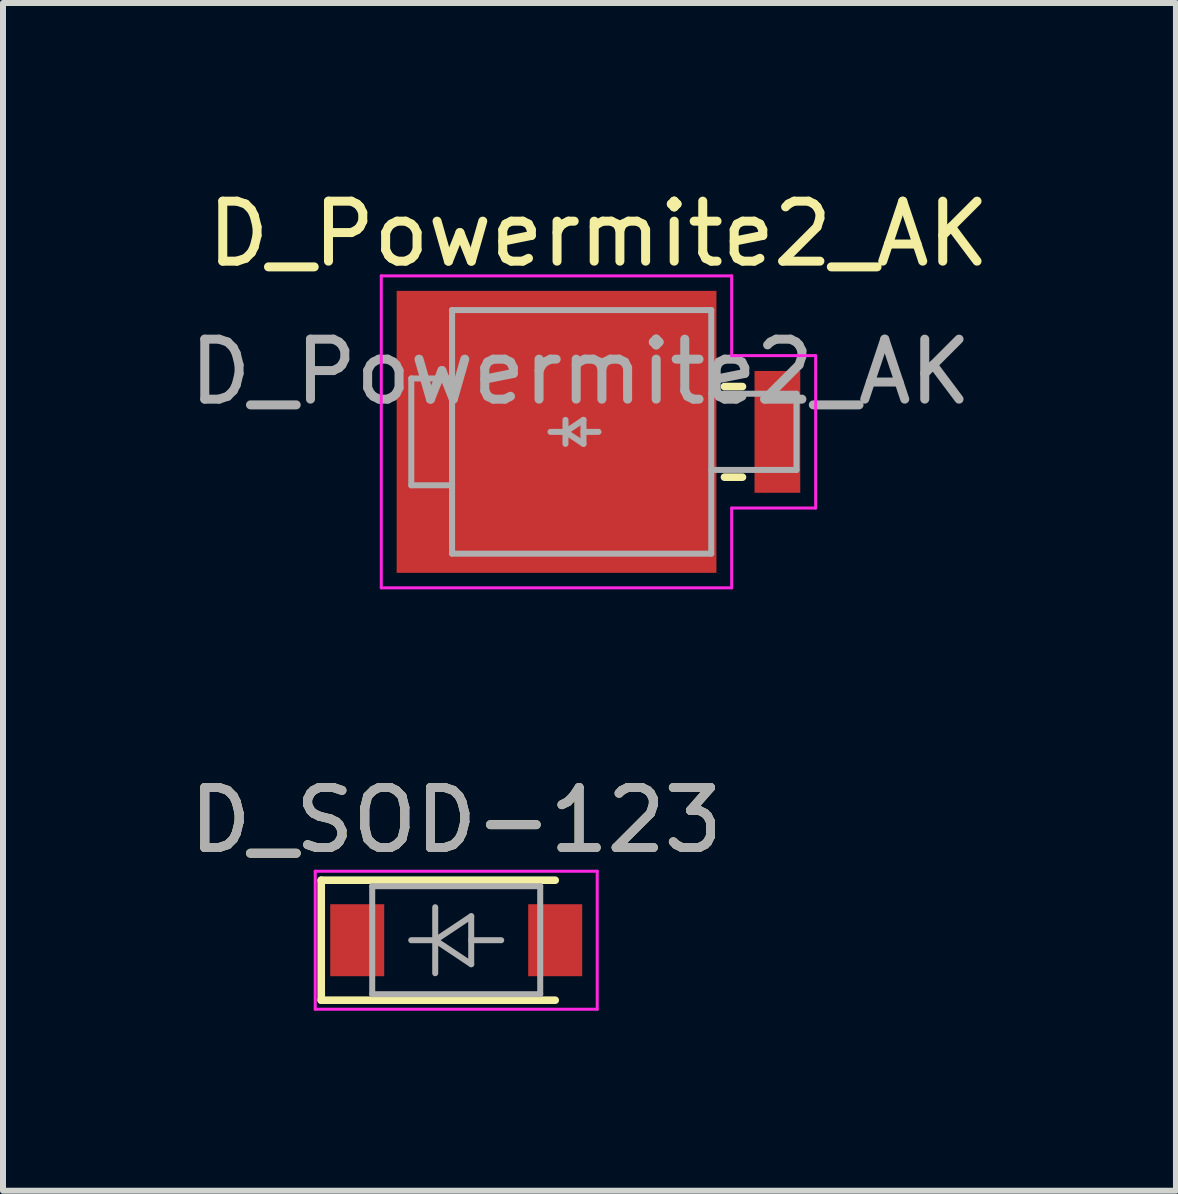
<source format=kicad_pcb>
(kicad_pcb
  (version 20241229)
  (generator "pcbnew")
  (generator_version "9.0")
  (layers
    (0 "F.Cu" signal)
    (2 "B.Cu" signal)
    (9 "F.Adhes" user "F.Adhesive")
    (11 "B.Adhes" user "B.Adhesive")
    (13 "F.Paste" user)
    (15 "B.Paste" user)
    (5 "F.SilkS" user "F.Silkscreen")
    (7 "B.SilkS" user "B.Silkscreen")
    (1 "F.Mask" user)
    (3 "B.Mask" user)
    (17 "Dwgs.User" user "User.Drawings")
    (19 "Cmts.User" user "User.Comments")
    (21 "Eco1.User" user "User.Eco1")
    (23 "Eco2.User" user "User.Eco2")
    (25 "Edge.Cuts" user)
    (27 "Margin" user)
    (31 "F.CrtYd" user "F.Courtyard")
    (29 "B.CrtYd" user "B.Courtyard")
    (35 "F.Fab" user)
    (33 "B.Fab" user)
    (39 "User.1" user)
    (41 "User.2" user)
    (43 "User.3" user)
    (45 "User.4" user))
  (footprint "D_SOD-123"
    (layer "F.Cu")
    (at 4.554 12.621)
    (property "Reference" "D_SOD-123" (at 0 -2 0) (layer "F.SilkS") (effects (font (size 1 1) (thickness 0.15))))
    (attr smd)
    (fp_line (start -2.25 -1) (end -2.25 1) (stroke (width 0.127) (type solid)) (layer "F.SilkS"))
    (fp_line (start -2.25 -1) (end 1.65 -1) (stroke (width 0.127) (type solid)) (layer "F.SilkS"))
    (fp_line (start -2.25 1) (end 1.65 1) (stroke (width 0.127) (type solid)) (layer "F.SilkS"))
    (fp_line (start -2.35 -1.15) (end -2.35 1.15) (stroke (width 0.05) (type solid)) (layer "F.CrtYd"))
    (fp_line (start -2.35 -1.15) (end 2.35 -1.15) (stroke (width 0.05) (type solid)) (layer "F.CrtYd"))
    (fp_line (start 2.35 -1.15) (end 2.35 1.15) (stroke (width 0.05) (type solid)) (layer "F.CrtYd"))
    (fp_line (start 2.35 1.15) (end -2.35 1.15) (stroke (width 0.05) (type solid)) (layer "F.CrtYd"))
    (fp_line (start -1.4 -0.9) (end 1.4 -0.9) (stroke (width 0.1) (type solid)) (layer "F.Fab"))
    (fp_line (start -1.4 0.9) (end -1.4 -0.9) (stroke (width 0.1) (type solid)) (layer "F.Fab"))
    (fp_line (start -0.75 0) (end -0.35 0) (stroke (width 0.1) (type solid)) (layer "F.Fab"))
    (fp_line (start -0.35 0) (end -0.35 -0.55) (stroke (width 0.1) (type solid)) (layer "F.Fab"))
    (fp_line (start -0.35 0) (end -0.35 0.55) (stroke (width 0.1) (type solid)) (layer "F.Fab"))
    (fp_line (start -0.35 0) (end 0.25 -0.4) (stroke (width 0.1) (type solid)) (layer "F.Fab"))
    (fp_line (start 0.25 -0.4) (end 0.25 0.4) (stroke (width 0.1) (type solid)) (layer "F.Fab"))
    (fp_line (start 0.25 0) (end 0.75 0) (stroke (width 0.1) (type solid)) (layer "F.Fab"))
    (fp_line (start 0.25 0.4) (end -0.35 0) (stroke (width 0.1) (type solid)) (layer "F.Fab"))
    (fp_line (start 1.4 -0.9) (end 1.4 0.9) (stroke (width 0.1) (type solid)) (layer "F.Fab"))
    (fp_line (start 1.4 0.9) (end -1.4 0.9) (stroke (width 0.1) (type solid)) (layer "F.Fab"))
    (fp_text user "${REFERENCE}" (at 0 -2 0) (layer "F.Fab") (effects (font (size 1 1) (thickness 0.15))))
    (pad "1" smd rect (at -1.65 0) (size 0.9 1.2) (layers "F.Cu" "F.Mask" "F.Paste"))
    (pad "2" smd rect (at 1.65 0) (size 0.9 1.2) (layers "F.Cu" "F.Mask" "F.Paste")))
  (footprint "D_Powermite2_AK"
    (layer "F.Cu")
    (at 6.925 4.148)
    (property "Reference" "D_Powermite2_AK" (at 0 -3.3 0) (layer "F.SilkS") (effects (font (size 1 1) (thickness 0.15))))
    (attr smd)
    (fp_line (start 2.4 -0.755) (end 2.1 -0.755) (stroke (width 0.127) (type solid)) (layer "F.SilkS"))
    (fp_line (start 2.4 0.755) (end 2.1 0.755) (stroke (width 0.127) (type solid)) (layer "F.SilkS"))
    (fp_line (start -3.62 -2.6) (end -3.62 2.6) (stroke (width 0.05) (type solid)) (layer "F.CrtYd"))
    (fp_line (start -3.62 2.6) (end 2.22 2.6) (stroke (width 0.05) (type solid)) (layer "F.CrtYd"))
    (fp_line (start 2.22 -2.6) (end -3.62 -2.6) (stroke (width 0.05) (type solid)) (layer "F.CrtYd"))
    (fp_line (start 2.22 -1.27) (end 2.22 -2.6) (stroke (width 0.05) (type solid)) (layer "F.CrtYd"))
    (fp_line (start 2.22 1.27) (end 3.62 1.27) (stroke (width 0.05) (type solid)) (layer "F.CrtYd"))
    (fp_line (start 2.22 2.6) (end 2.22 1.27) (stroke (width 0.05) (type solid)) (layer "F.CrtYd"))
    (fp_line (start 3.62 -1.27) (end 2.22 -1.27) (stroke (width 0.05) (type solid)) (layer "F.CrtYd"))
    (fp_line (start 3.62 1.27) (end 3.62 -1.27) (stroke (width 0.05) (type solid)) (layer "F.CrtYd"))
    (fp_line (start -3.12 -0.89) (end -2.44 -0.89) (stroke (width 0.1) (type solid)) (layer "F.Fab"))
    (fp_line (start -3.12 0.89) (end -3.12 -0.89) (stroke (width 0.1) (type solid)) (layer "F.Fab"))
    (fp_line (start -2.44 -2.03) (end -2.44 2.03) (stroke (width 0.1) (type solid)) (layer "F.Fab"))
    (fp_line (start -2.44 0.89) (end -3.12 0.89) (stroke (width 0.1) (type solid)) (layer "F.Fab"))
    (fp_line (start -2.44 2.03) (end 1.88 2.03) (stroke (width 0.1) (type solid)) (layer "F.Fab"))
    (fp_line (start -0.55 0) (end -0.8 0) (stroke (width 0.1) (type solid)) (layer "F.Fab"))
    (fp_line (start -0.55 0) (end -0.25 0.2) (stroke (width 0.1) (type solid)) (layer "F.Fab"))
    (fp_line (start -0.55 0.2) (end -0.55 -0.2) (stroke (width 0.1) (type solid)) (layer "F.Fab"))
    (fp_line (start -0.25 -0.2) (end -0.55 0) (stroke (width 0.1) (type solid)) (layer "F.Fab"))
    (fp_line (start -0.25 0) (end 0 0) (stroke (width 0.1) (type solid)) (layer "F.Fab"))
    (fp_line (start -0.25 0.2) (end -0.25 -0.2) (stroke (width 0.1) (type solid)) (layer "F.Fab"))
    (fp_line (start 1.88 -2.03) (end -2.44 -2.03) (stroke (width 0.1) (type solid)) (layer "F.Fab"))
    (fp_line (start 1.88 2.03) (end 1.88 -2.03) (stroke (width 0.1) (type solid)) (layer "F.Fab"))
    (fp_line (start 3.3 -0.635) (end 1.88 -0.635) (stroke (width 0.1) (type solid)) (layer "F.Fab"))
    (fp_line (start 3.3 0.635) (end 1.88 0.635) (stroke (width 0.1) (type solid)) (layer "F.Fab"))
    (fp_line (start 3.3 0.635) (end 3.3 -0.635) (stroke (width 0.1) (type solid)) (layer "F.Fab"))
    (fp_text user "${REFERENCE}" (at -0.3 -1 0) (layer "F.Fab") (effects (font (size 1 1) (thickness 0.15))))
    (pad "1" smd rect (at -0.699 0) (size 5.33 4.7) (layers "F.Cu" "F.Mask" "F.Paste"))
    (pad "2" smd rect (at 2.982 0) (size 0.762 2.03) (layers "F.Cu" "F.Mask" "F.Paste")))
  (gr_rect
    (start -3 -3)
    (end 16.55 16.797)
    (stroke (width 0.1) (type default))
    (fill no)
    (layer "Edge.Cuts")))
</source>
